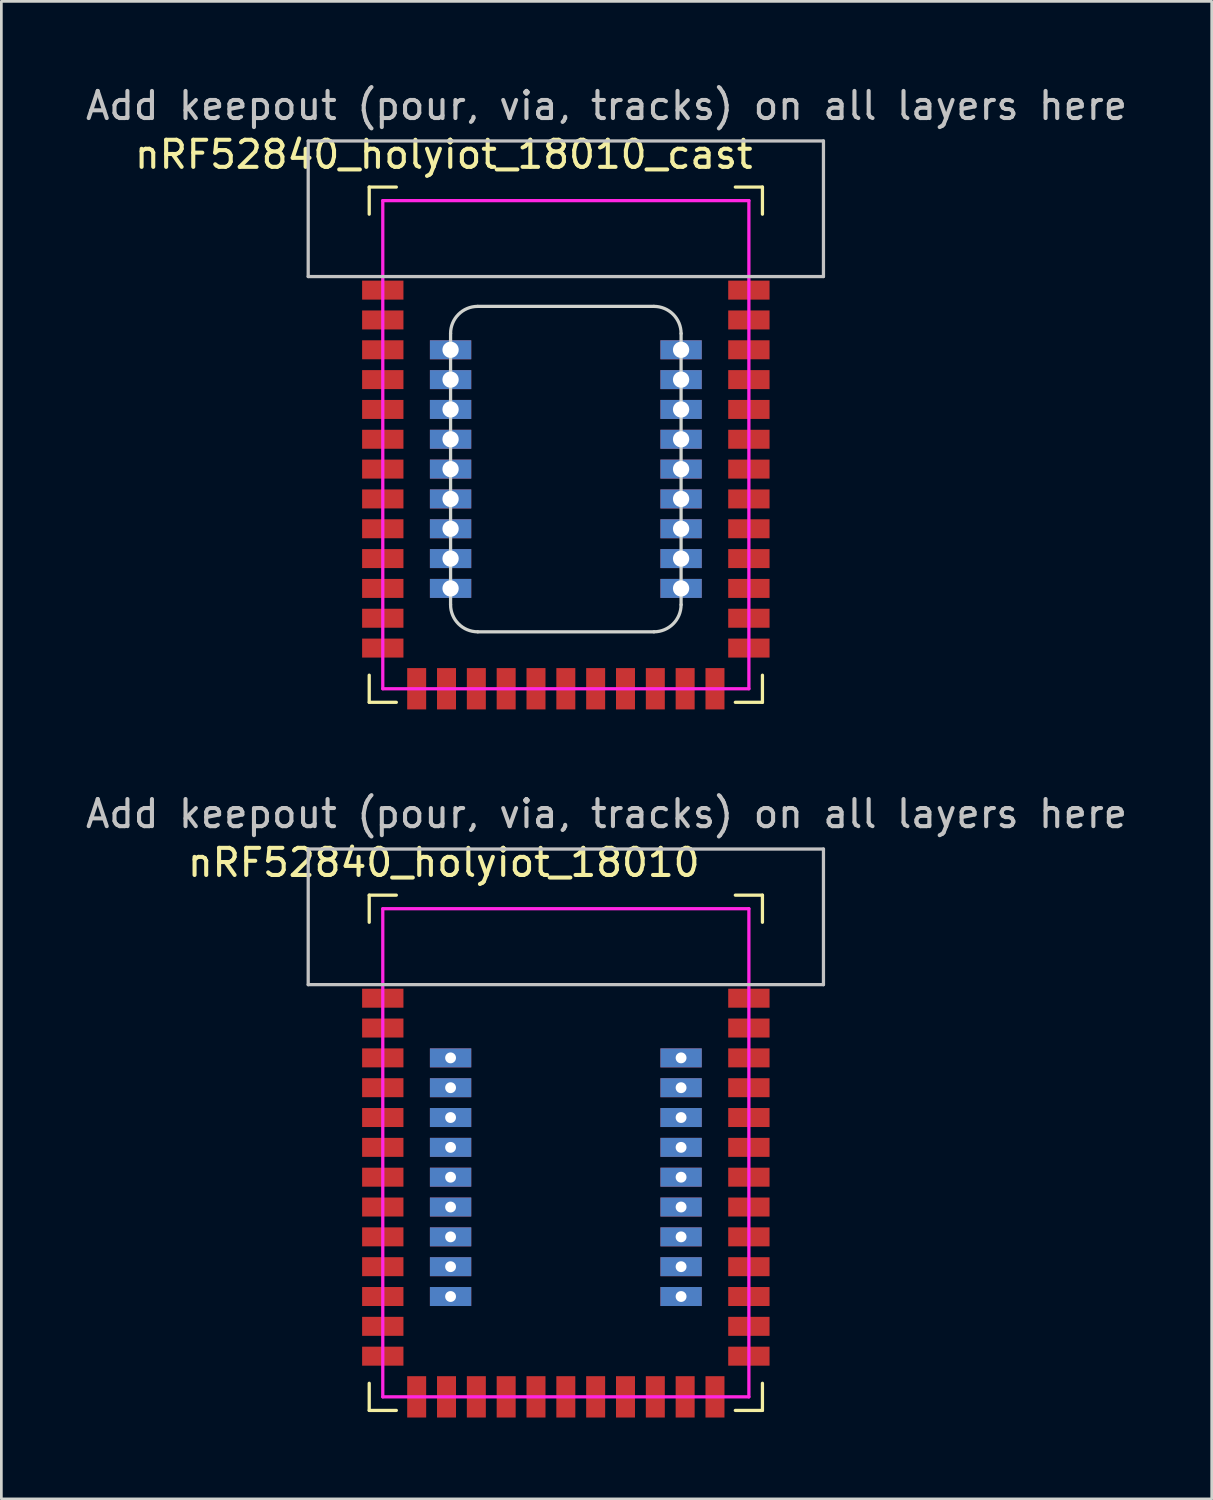
<source format=kicad_pcb>
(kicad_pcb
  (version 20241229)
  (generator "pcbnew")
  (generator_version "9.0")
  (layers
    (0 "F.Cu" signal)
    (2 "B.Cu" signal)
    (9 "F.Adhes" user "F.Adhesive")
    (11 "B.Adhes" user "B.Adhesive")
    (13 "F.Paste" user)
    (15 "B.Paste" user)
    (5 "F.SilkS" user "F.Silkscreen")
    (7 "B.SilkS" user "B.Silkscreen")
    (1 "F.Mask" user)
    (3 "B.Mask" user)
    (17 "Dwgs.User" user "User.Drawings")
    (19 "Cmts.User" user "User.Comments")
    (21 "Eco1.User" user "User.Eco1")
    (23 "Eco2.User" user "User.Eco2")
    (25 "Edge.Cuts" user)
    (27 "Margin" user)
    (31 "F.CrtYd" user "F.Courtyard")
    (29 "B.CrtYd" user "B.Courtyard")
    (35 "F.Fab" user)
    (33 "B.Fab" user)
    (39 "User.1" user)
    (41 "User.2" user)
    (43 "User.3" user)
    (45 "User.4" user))
  (footprint "nRF52840_holyiot_18010_cast"
    (layer "F.Cu")
    (at 17.815 13.348)
    (property "Reference" "nRF52840_holyiot_18010_cast" (at -4.5 -10.7 0) (layer "F.SilkS") (effects (font (size 1 1) (thickness 0.15))))
    (attr through_hole)
    (fp_line (start -7.25 -9.5) (end -7.25 -8.5) (stroke (width 0.12) (type solid)) (layer "F.SilkS"))
    (fp_line (start -7.25 -9.5) (end -6.25 -9.5) (stroke (width 0.12) (type solid)) (layer "F.SilkS"))
    (fp_line (start -7.25 8.5) (end -7.25 9.5) (stroke (width 0.12) (type solid)) (layer "F.SilkS"))
    (fp_line (start -6.25 9.5) (end -7.25 9.5) (stroke (width 0.12) (type solid)) (layer "F.SilkS"))
    (fp_line (start 6.25 -9.5) (end 7.25 -9.5) (stroke (width 0.12) (type solid)) (layer "F.SilkS"))
    (fp_line (start 6.25 9.5) (end 7.25 9.5) (stroke (width 0.12) (type solid)) (layer "F.SilkS"))
    (fp_line (start 7.25 -9.5) (end 7.25 -8.5) (stroke (width 0.12) (type solid)) (layer "F.SilkS"))
    (fp_line (start 7.25 8.5) (end 7.25 9.5) (stroke (width 0.12) (type solid)) (layer "F.SilkS"))
    (fp_line (start -9.5 -11.2) (end 9.5 -11.2) (stroke (width 0.12) (type solid)) (layer "Dwgs.User"))
    (fp_line (start -9.5 -6.2) (end -9.5 -11.2) (stroke (width 0.12) (type solid)) (layer "Dwgs.User"))
    (fp_line (start 9.5 -11.2) (end 9.5 -6.2) (stroke (width 0.12) (type solid)) (layer "Dwgs.User"))
    (fp_line (start 9.5 -6.2) (end -9.5 -6.2) (stroke (width 0.12) (type solid)) (layer "Dwgs.User"))
    (fp_line (start -4.25 5.9) (end -4.25 -4.1) (stroke (width 0.12) (type solid)) (layer "Edge.Cuts"))
    (fp_line (start -3.25 -5.1) (end 3.25 -5.1) (stroke (width 0.12) (type solid)) (layer "Edge.Cuts"))
    (fp_line (start 3.25 6.9) (end -3.25 6.9) (stroke (width 0.12) (type solid)) (layer "Edge.Cuts"))
    (fp_line (start 4.25 -4.1) (end 4.25 5.9) (stroke (width 0.12) (type solid)) (layer "Edge.Cuts"))
    (fp_arc (start -4.25 -4.1) (mid -3.957107 -4.807107) (end -3.25 -5.1) (stroke (width 0.12) (type solid)) (layer "Edge.Cuts"))
    (fp_arc (start -3.25 6.9) (mid -3.957107 6.607107) (end -4.25 5.9) (stroke (width 0.12) (type solid)) (layer "Edge.Cuts"))
    (fp_arc (start 3.25 -5.1) (mid 3.957107 -4.807107) (end 4.25 -4.1) (stroke (width 0.12) (type solid)) (layer "Edge.Cuts"))
    (fp_arc (start 4.25 5.9) (mid 3.957107 6.607107) (end 3.25 6.9) (stroke (width 0.12) (type solid)) (layer "Edge.Cuts"))
    (fp_line (start -6.75 -9) (end 6.75 -9) (stroke (width 0.12) (type solid)) (layer "F.CrtYd"))
    (fp_line (start -6.75 9) (end -6.75 -9) (stroke (width 0.12) (type solid)) (layer "F.CrtYd"))
    (fp_line (start 6.75 -9) (end 6.75 9) (stroke (width 0.12) (type solid)) (layer "F.CrtYd"))
    (fp_line (start 6.75 9) (end -6.75 9) (stroke (width 0.12) (type solid)) (layer "F.CrtYd"))
    (fp_text user "Add keepout (pour, via, tracks) on all layers here" (at 1.5 -12.5 0) (layer "Dwgs.User") (effects (font (size 1 1) (thickness 0.15))))
    (pad "1" smd rect (at -6.75 -5.7) (size 1.524 0.7) (layers "F.Cu" "F.Mask" "F.Paste"))
    (pad "2" smd rect (at -6.75 -4.6) (size 1.524 0.7) (layers "F.Cu" "F.Mask" "F.Paste"))
    (pad "3" smd rect (at -6.75 -3.5) (size 1.524 0.7) (layers "F.Cu" "F.Mask" "F.Paste"))
    (pad "4" smd rect (at -6.75 -2.4) (size 1.524 0.7) (layers "F.Cu" "F.Mask" "F.Paste"))
    (pad "5" smd rect (at -6.75 -1.3) (size 1.524 0.7) (layers "F.Cu" "F.Mask" "F.Paste"))
    (pad "6" smd rect (at -6.75 -0.2) (size 1.524 0.7) (layers "F.Cu" "F.Mask" "F.Paste"))
    (pad "7" smd rect (at -6.75 0.9) (size 1.524 0.7) (layers "F.Cu" "F.Mask" "F.Paste"))
    (pad "8" smd rect (at -6.75 2) (size 1.524 0.7) (layers "F.Cu" "F.Mask" "F.Paste"))
    (pad "9" smd rect (at -6.75 3.1) (size 1.524 0.7) (layers "F.Cu" "F.Mask" "F.Paste"))
    (pad "10" smd rect (at -6.75 4.2) (size 1.524 0.7) (layers "F.Cu" "F.Mask" "F.Paste"))
    (pad "11" smd rect (at -6.75 5.3) (size 1.524 0.7) (layers "F.Cu" "F.Mask" "F.Paste"))
    (pad "12" smd rect (at -6.75 6.4) (size 1.524 0.7) (layers "F.Cu" "F.Mask" "F.Paste"))
    (pad "13" smd rect (at -6.75 7.5) (size 1.524 0.7) (layers "F.Cu" "F.Mask" "F.Paste"))
    (pad "14" smd rect (at -5.5 9 90) (size 1.524 0.7) (layers "F.Cu" "F.Mask" "F.Paste"))
    (pad "15" smd rect (at -4.4 9 90) (size 1.524 0.7) (layers "F.Cu" "F.Mask" "F.Paste"))
    (pad "16" smd rect (at -3.3 9 90) (size 1.524 0.7) (layers "F.Cu" "F.Mask" "F.Paste"))
    (pad "17" smd rect (at -2.2 9 90) (size 1.524 0.7) (layers "F.Cu" "F.Mask" "F.Paste"))
    (pad "18" smd rect (at -1.1 9 90) (size 1.524 0.7) (layers "F.Cu" "F.Mask" "F.Paste"))
    (pad "19" smd rect (at 0 9 90) (size 1.524 0.7) (layers "F.Cu" "F.Mask" "F.Paste"))
    (pad "20" smd rect (at 1.1 9 90) (size 1.524 0.7) (layers "F.Cu" "F.Mask" "F.Paste"))
    (pad "21" smd rect (at 2.2 9 90) (size 1.524 0.7) (layers "F.Cu" "F.Mask" "F.Paste"))
    (pad "22" smd rect (at 3.3 9 90) (size 1.524 0.7) (layers "F.Cu" "F.Mask" "F.Paste"))
    (pad "23" smd rect (at 4.4 9 90) (size 1.524 0.7) (layers "F.Cu" "F.Mask" "F.Paste"))
    (pad "24" smd rect (at 5.5 9 90) (size 1.524 0.7) (layers "F.Cu" "F.Mask" "F.Paste"))
    (pad "25" smd rect (at 6.75 7.5 180) (size 1.524 0.7) (layers "F.Cu" "F.Mask" "F.Paste"))
    (pad "26" smd rect (at 6.75 6.4 180) (size 1.524 0.7) (layers "F.Cu" "F.Mask" "F.Paste"))
    (pad "27" smd rect (at 6.75 5.3 180) (size 1.524 0.7) (layers "F.Cu" "F.Mask" "F.Paste"))
    (pad "28" smd rect (at 6.75 4.2 180) (size 1.524 0.7) (layers "F.Cu" "F.Mask" "F.Paste"))
    (pad "29" smd rect (at 6.75 3.1 180) (size 1.524 0.7) (layers "F.Cu" "F.Mask" "F.Paste"))
    (pad "30" smd rect (at 6.75 2 180) (size 1.524 0.7) (layers "F.Cu" "F.Mask" "F.Paste"))
    (pad "31" smd rect (at 6.75 0.9 180) (size 1.524 0.7) (layers "F.Cu" "F.Mask" "F.Paste"))
    (pad "32" smd rect (at 6.75 -0.2 180) (size 1.524 0.7) (layers "F.Cu" "F.Mask" "F.Paste"))
    (pad "33" smd rect (at 6.75 -1.3 180) (size 1.524 0.7) (layers "F.Cu" "F.Mask" "F.Paste"))
    (pad "34" smd rect (at 6.75 -2.4 180) (size 1.524 0.7) (layers "F.Cu" "F.Mask" "F.Paste"))
    (pad "35" smd rect (at 6.75 -3.5 180) (size 1.524 0.7) (layers "F.Cu" "F.Mask" "F.Paste"))
    (pad "36" smd rect (at 6.75 -4.6 180) (size 1.524 0.7) (layers "F.Cu" "F.Mask" "F.Paste"))
    (pad "37" smd rect (at 6.75 -5.7 180) (size 1.524 0.7) (layers "F.Cu" "F.Mask" "F.Paste"))
    (pad "38" thru_hole rect (at -4.25 -3.5 180) (size 1.524 0.7) (drill 0.6) (layers "*.Cu" "*.Mask"))
    (pad "39" thru_hole rect (at -4.25 -2.4 180) (size 1.524 0.7) (drill 0.6) (layers "*.Cu" "*.Mask"))
    (pad "40" thru_hole rect (at -4.25 -1.3 180) (size 1.524 0.7) (drill 0.6) (layers "*.Cu" "*.Mask"))
    (pad "41" thru_hole rect (at -4.25 -0.2 180) (size 1.524 0.7) (drill 0.6) (layers "*.Cu" "*.Mask"))
    (pad "42" thru_hole rect (at -4.25 0.9 180) (size 1.524 0.7) (drill 0.6) (layers "*.Cu" "*.Mask"))
    (pad "43" thru_hole rect (at -4.25 2 180) (size 1.524 0.7) (drill 0.6) (layers "*.Cu" "*.Mask"))
    (pad "44" thru_hole rect (at -4.25 3.1 180) (size 1.524 0.7) (drill 0.6) (layers "*.Cu" "*.Mask"))
    (pad "45" thru_hole rect (at -4.25 4.2 180) (size 1.524 0.7) (drill 0.6) (layers "*.Cu" "*.Mask"))
    (pad "46" thru_hole rect (at -4.25 5.3 180) (size 1.524 0.7) (drill 0.6) (layers "*.Cu" "*.Mask"))
    (pad "47" thru_hole rect (at 4.25 -3.5 180) (size 1.524 0.7) (drill 0.6) (layers "*.Cu" "*.Mask"))
    (pad "48" thru_hole rect (at 4.25 -2.4 180) (size 1.524 0.7) (drill 0.6) (layers "*.Cu" "*.Mask"))
    (pad "49" thru_hole rect (at 4.25 -1.3 180) (size 1.524 0.7) (drill 0.6) (layers "*.Cu" "*.Mask"))
    (pad "50" thru_hole rect (at 4.25 -0.2 180) (size 1.524 0.7) (drill 0.6) (layers "*.Cu" "*.Mask"))
    (pad "51" thru_hole rect (at 4.25 0.9 180) (size 1.524 0.7) (drill 0.6) (layers "*.Cu" "*.Mask"))
    (pad "52" thru_hole rect (at 4.25 2 180) (size 1.524 0.7) (drill 0.6) (layers "*.Cu" "*.Mask"))
    (pad "53" thru_hole rect (at 4.25 3.1 180) (size 1.524 0.7) (drill 0.6) (layers "*.Cu" "*.Mask"))
    (pad "54" thru_hole rect (at 4.25 4.2 180) (size 1.524 0.7) (drill 0.6) (layers "*.Cu" "*.Mask"))
    (pad "55" thru_hole rect (at 4.25 5.3 180) (size 1.524 0.7) (drill 0.6) (layers "*.Cu" "*.Mask")))
  (footprint "nRF52840_holyiot_18010"
    (layer "F.Cu")
    (at 17.815 39.459)
    (property "Reference" "nRF52840_holyiot_18010" (at -4.5 -10.7 0) (layer "F.SilkS") (effects (font (size 1 1) (thickness 0.15))))
    (attr smd)
    (fp_line (start -7.25 -9.5) (end -7.25 -8.5) (stroke (width 0.12) (type solid)) (layer "F.SilkS"))
    (fp_line (start -7.25 -9.5) (end -6.25 -9.5) (stroke (width 0.12) (type solid)) (layer "F.SilkS"))
    (fp_line (start -7.25 8.5) (end -7.25 9.5) (stroke (width 0.12) (type solid)) (layer "F.SilkS"))
    (fp_line (start -6.25 9.5) (end -7.25 9.5) (stroke (width 0.12) (type solid)) (layer "F.SilkS"))
    (fp_line (start 6.25 -9.5) (end 7.25 -9.5) (stroke (width 0.12) (type solid)) (layer "F.SilkS"))
    (fp_line (start 6.25 9.5) (end 7.25 9.5) (stroke (width 0.12) (type solid)) (layer "F.SilkS"))
    (fp_line (start 7.25 -9.5) (end 7.25 -8.5) (stroke (width 0.12) (type solid)) (layer "F.SilkS"))
    (fp_line (start 7.25 8.5) (end 7.25 9.5) (stroke (width 0.12) (type solid)) (layer "F.SilkS"))
    (fp_line (start -9.5 -11.2) (end 9.5 -11.2) (stroke (width 0.12) (type solid)) (layer "Dwgs.User"))
    (fp_line (start -9.5 -6.2) (end -9.5 -11.2) (stroke (width 0.12) (type solid)) (layer "Dwgs.User"))
    (fp_line (start 9.5 -11.2) (end 9.5 -6.2) (stroke (width 0.12) (type solid)) (layer "Dwgs.User"))
    (fp_line (start 9.5 -6.2) (end -9.5 -6.2) (stroke (width 0.12) (type solid)) (layer "Dwgs.User"))
    (fp_line (start -6.75 -9) (end 6.75 -9) (stroke (width 0.12) (type solid)) (layer "F.CrtYd"))
    (fp_line (start -6.75 9) (end -6.75 -9) (stroke (width 0.12) (type solid)) (layer "F.CrtYd"))
    (fp_line (start 6.75 -9) (end 6.75 9) (stroke (width 0.12) (type solid)) (layer "F.CrtYd"))
    (fp_line (start 6.75 9) (end -6.75 9) (stroke (width 0.12) (type solid)) (layer "F.CrtYd"))
    (fp_text user "Add keepout (pour, via, tracks) on all layers here" (at 1.5 -12.5 0) (layer "Dwgs.User") (effects (font (size 1 1) (thickness 0.15))))
    (pad "1" smd rect (at -6.75 -5.7) (size 1.524 0.7) (layers "F.Cu" "F.Mask" "F.Paste"))
    (pad "2" smd rect (at -6.75 -4.6) (size 1.524 0.7) (layers "F.Cu" "F.Mask" "F.Paste"))
    (pad "3" smd rect (at -6.75 -3.5) (size 1.524 0.7) (layers "F.Cu" "F.Mask" "F.Paste"))
    (pad "4" smd rect (at -6.75 -2.4) (size 1.524 0.7) (layers "F.Cu" "F.Mask" "F.Paste"))
    (pad "5" smd rect (at -6.75 -1.3) (size 1.524 0.7) (layers "F.Cu" "F.Mask" "F.Paste"))
    (pad "6" smd rect (at -6.75 -0.2) (size 1.524 0.7) (layers "F.Cu" "F.Mask" "F.Paste"))
    (pad "7" smd rect (at -6.75 0.9) (size 1.524 0.7) (layers "F.Cu" "F.Mask" "F.Paste"))
    (pad "8" smd rect (at -6.75 2) (size 1.524 0.7) (layers "F.Cu" "F.Mask" "F.Paste"))
    (pad "9" smd rect (at -6.75 3.1) (size 1.524 0.7) (layers "F.Cu" "F.Mask" "F.Paste"))
    (pad "10" smd rect (at -6.75 4.2) (size 1.524 0.7) (layers "F.Cu" "F.Mask" "F.Paste"))
    (pad "11" smd rect (at -6.75 5.3) (size 1.524 0.7) (layers "F.Cu" "F.Mask" "F.Paste"))
    (pad "12" smd rect (at -6.75 6.4) (size 1.524 0.7) (layers "F.Cu" "F.Mask" "F.Paste"))
    (pad "13" smd rect (at -6.75 7.5) (size 1.524 0.7) (layers "F.Cu" "F.Mask" "F.Paste"))
    (pad "14" smd rect (at -5.5 9 90) (size 1.524 0.7) (layers "F.Cu" "F.Mask" "F.Paste"))
    (pad "15" smd rect (at -4.4 9 90) (size 1.524 0.7) (layers "F.Cu" "F.Mask" "F.Paste"))
    (pad "16" smd rect (at -3.3 9 90) (size 1.524 0.7) (layers "F.Cu" "F.Mask" "F.Paste"))
    (pad "17" smd rect (at -2.2 9 90) (size 1.524 0.7) (layers "F.Cu" "F.Mask" "F.Paste"))
    (pad "18" smd rect (at -1.1 9 90) (size 1.524 0.7) (layers "F.Cu" "F.Mask" "F.Paste"))
    (pad "19" smd rect (at 0 9 90) (size 1.524 0.7) (layers "F.Cu" "F.Mask" "F.Paste"))
    (pad "20" smd rect (at 1.1 9 90) (size 1.524 0.7) (layers "F.Cu" "F.Mask" "F.Paste"))
    (pad "21" smd rect (at 2.2 9 90) (size 1.524 0.7) (layers "F.Cu" "F.Mask" "F.Paste"))
    (pad "22" smd rect (at 3.3 9 90) (size 1.524 0.7) (layers "F.Cu" "F.Mask" "F.Paste"))
    (pad "23" smd rect (at 4.4 9 90) (size 1.524 0.7) (layers "F.Cu" "F.Mask" "F.Paste"))
    (pad "24" smd rect (at 5.5 9 90) (size 1.524 0.7) (layers "F.Cu" "F.Mask" "F.Paste"))
    (pad "25" smd rect (at 6.75 7.5 180) (size 1.524 0.7) (layers "F.Cu" "F.Mask" "F.Paste"))
    (pad "26" smd rect (at 6.75 6.4 180) (size 1.524 0.7) (layers "F.Cu" "F.Mask" "F.Paste"))
    (pad "27" smd rect (at 6.75 5.3 180) (size 1.524 0.7) (layers "F.Cu" "F.Mask" "F.Paste"))
    (pad "28" smd rect (at 6.75 4.2 180) (size 1.524 0.7) (layers "F.Cu" "F.Mask" "F.Paste"))
    (pad "29" smd rect (at 6.75 3.1 180) (size 1.524 0.7) (layers "F.Cu" "F.Mask" "F.Paste"))
    (pad "30" smd rect (at 6.75 2 180) (size 1.524 0.7) (layers "F.Cu" "F.Mask" "F.Paste"))
    (pad "31" smd rect (at 6.75 0.9 180) (size 1.524 0.7) (layers "F.Cu" "F.Mask" "F.Paste"))
    (pad "32" smd rect (at 6.75 -0.2 180) (size 1.524 0.7) (layers "F.Cu" "F.Mask" "F.Paste"))
    (pad "33" smd rect (at 6.75 -1.3 180) (size 1.524 0.7) (layers "F.Cu" "F.Mask" "F.Paste"))
    (pad "34" smd rect (at 6.75 -2.4 180) (size 1.524 0.7) (layers "F.Cu" "F.Mask" "F.Paste"))
    (pad "35" smd rect (at 6.75 -3.5 180) (size 1.524 0.7) (layers "F.Cu" "F.Mask" "F.Paste"))
    (pad "36" smd rect (at 6.75 -4.6 180) (size 1.524 0.7) (layers "F.Cu" "F.Mask" "F.Paste"))
    (pad "37" smd rect (at 6.75 -5.7 180) (size 1.524 0.7) (layers "F.Cu" "F.Mask" "F.Paste"))
    (pad "38" thru_hole rect (at -4.25 -3.5 180) (size 1.524 0.7) (drill 0.4) (layers "*.Cu" "*.Mask"))
    (pad "39" thru_hole rect (at -4.25 -2.4 180) (size 1.524 0.7) (drill 0.4) (layers "*.Cu" "*.Mask"))
    (pad "40" thru_hole rect (at -4.25 -1.3 180) (size 1.524 0.7) (drill 0.4) (layers "*.Cu" "*.Mask"))
    (pad "41" thru_hole rect (at -4.25 -0.2 180) (size 1.524 0.7) (drill 0.4) (layers "*.Cu" "*.Mask"))
    (pad "42" thru_hole rect (at -4.25 0.9 180) (size 1.524 0.7) (drill 0.4) (layers "*.Cu" "*.Mask"))
    (pad "43" thru_hole rect (at -4.25 2 180) (size 1.524 0.7) (drill 0.4) (layers "*.Cu" "*.Mask"))
    (pad "44" thru_hole rect (at -4.25 3.1 180) (size 1.524 0.7) (drill 0.4) (layers "*.Cu" "*.Mask"))
    (pad "45" thru_hole rect (at -4.25 4.2 180) (size 1.524 0.7) (drill 0.4) (layers "*.Cu" "*.Mask"))
    (pad "46" thru_hole rect (at -4.25 5.3 180) (size 1.524 0.7) (drill 0.4) (layers "*.Cu" "*.Mask"))
    (pad "47" thru_hole rect (at 4.25 -3.5 180) (size 1.524 0.7) (drill 0.4) (layers "*.Cu" "*.Mask"))
    (pad "48" thru_hole rect (at 4.25 -2.4 180) (size 1.524 0.7) (drill 0.4) (layers "*.Cu" "*.Mask"))
    (pad "49" thru_hole rect (at 4.25 -1.3 180) (size 1.524 0.7) (drill 0.4) (layers "*.Cu" "*.Mask"))
    (pad "50" thru_hole rect (at 4.25 -0.2 180) (size 1.524 0.7) (drill 0.4) (layers "*.Cu" "*.Mask"))
    (pad "51" thru_hole rect (at 4.25 0.9 180) (size 1.524 0.7) (drill 0.4) (layers "*.Cu" "*.Mask"))
    (pad "52" thru_hole rect (at 4.25 2 180) (size 1.524 0.7) (drill 0.4) (layers "*.Cu" "*.Mask"))
    (pad "53" thru_hole rect (at 4.25 3.1 180) (size 1.524 0.7) (drill 0.4) (layers "*.Cu" "*.Mask"))
    (pad "54" thru_hole rect (at 4.25 4.2 180) (size 1.524 0.7) (drill 0.4) (layers "*.Cu" "*.Mask"))
    (pad "55" thru_hole rect (at 4.25 5.3 180) (size 1.524 0.7) (drill 0.4) (layers "*.Cu" "*.Mask")))
  (gr_rect
    (start -3 -3)
    (end 41.631 52.221)
    (stroke (width 0.1) (type default))
    (fill no)
    (layer "Edge.Cuts")))
</source>
